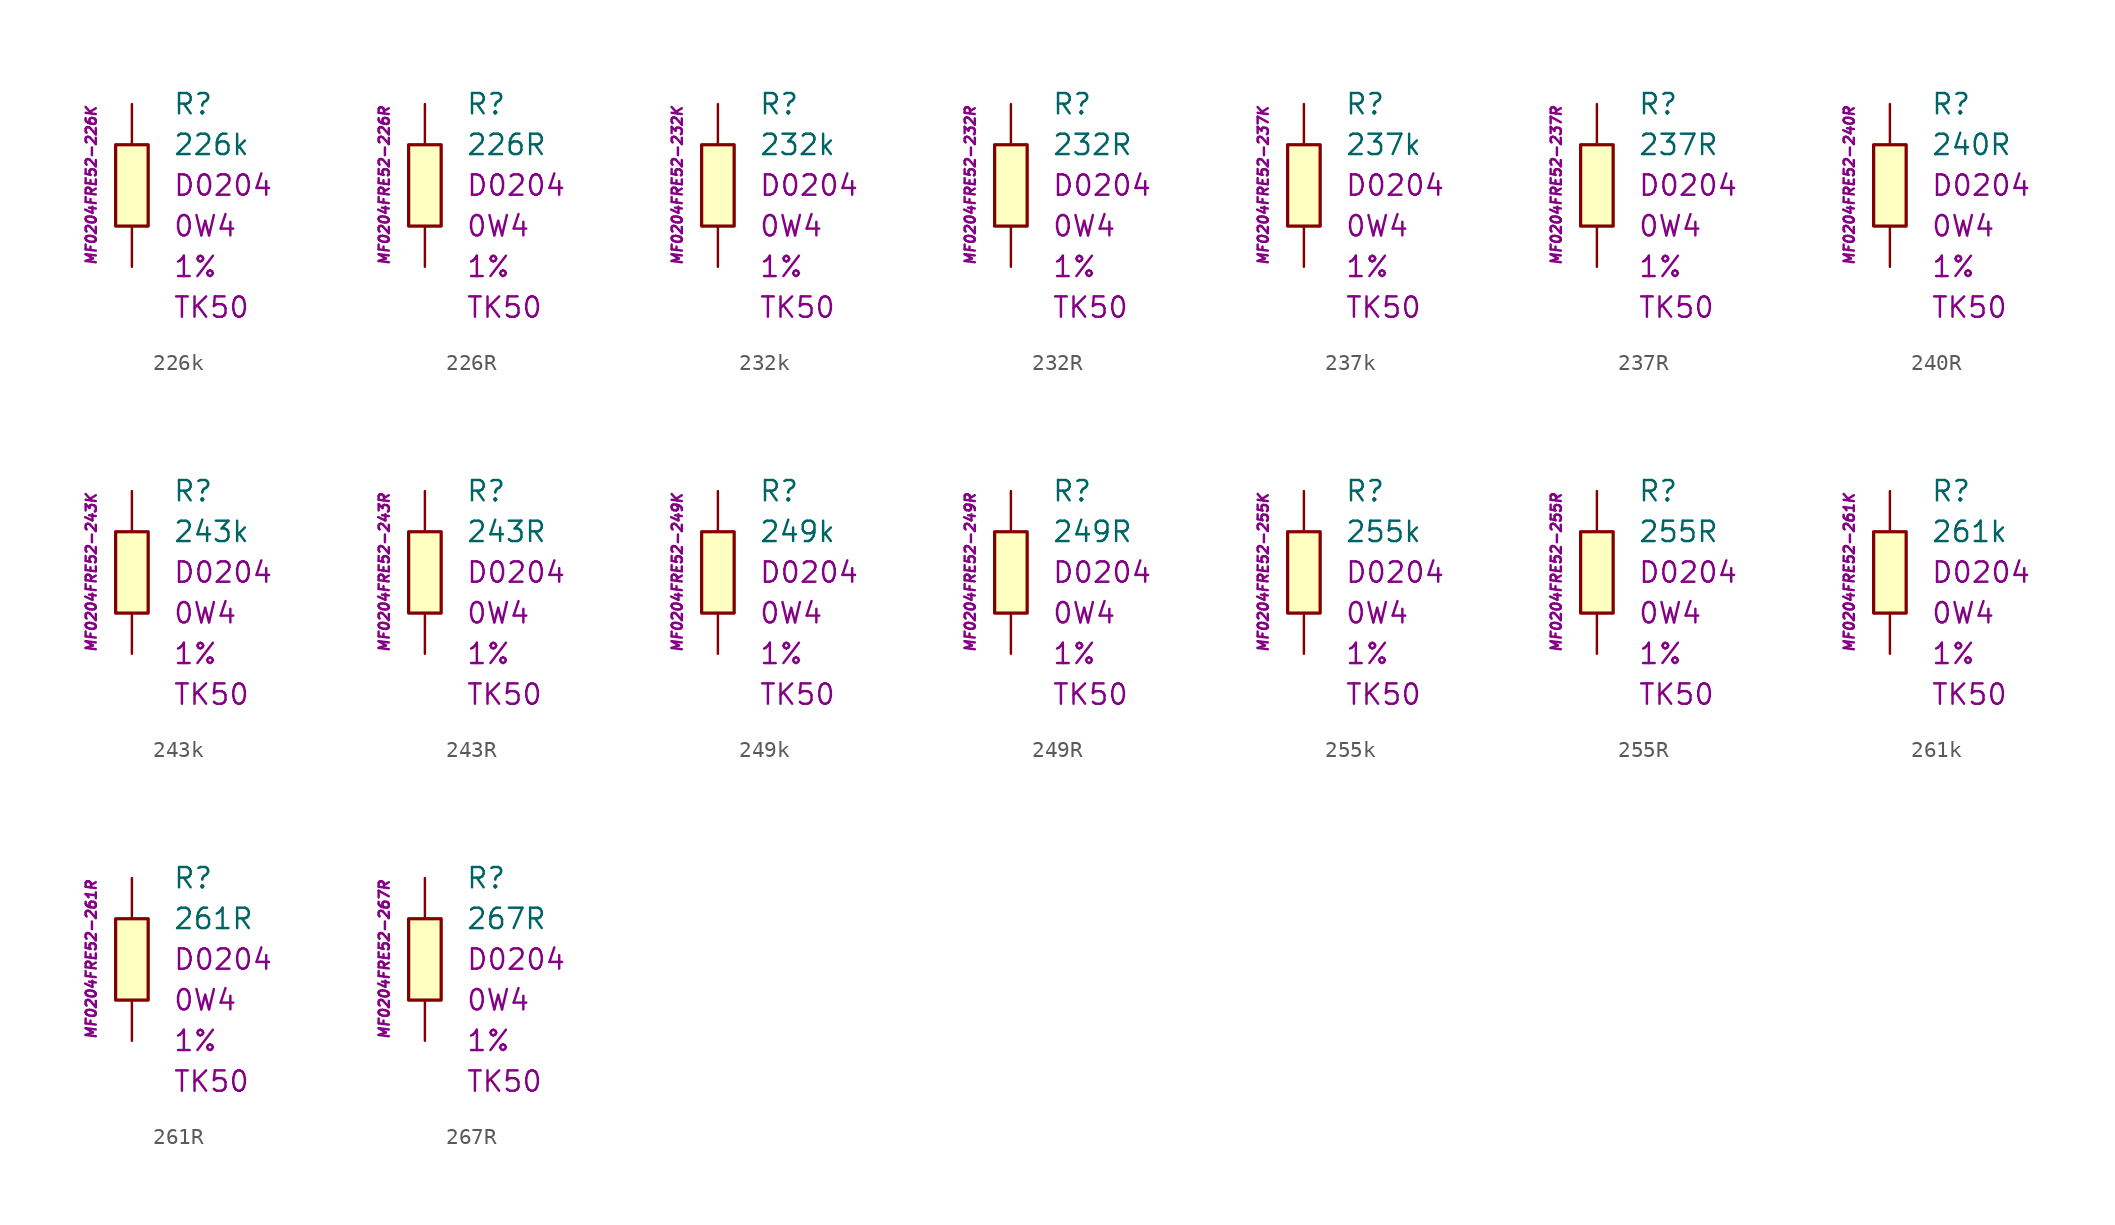
<source format=kicad_sym>
(kicad_symbol_lib
  (version 20201005)
  (generator kicad_symbol_editor)
  (symbol "226k"
    (pin_numbers hide)
    (pin_names
      (offset 1.016) hide)
    (property "Reference" "R"
      (at 2.54 5.08 0)
      (effects (font (size 1.27 1.27)) (justify left)))
    (property "Value" "226k"
      (at 2.54 2.54 0)
      (effects (font (size 1.27 1.27)) (justify left)))
    (property "Package" "D0204"
      (at 2.54 0 0)
      (effects (font (size 1.27 1.27)) (justify left)))
    (property "Power" "0W4"
      (at 2.54 -2.54 0)
      (effects (font (size 1.27 1.27)) (justify left)))
    (property "Tolerance" "1%"
      (at 2.54 -5.08 0)
      (effects (font (size 1.27 1.27)) (justify left)))
    (property "TK" "TK50"
      (at 2.54 -7.62 0)
      (effects (font (size 1.27 1.27)) (justify left)))
    (property "ID" "MF0204FRE52-226K"
      (at -2.54 0 90)
      (effects (font (size 0.635 0.635) italic)))
    (symbol "226k_0_1"
      (rectangle (start -1.016 2.54) (end 1.016 -2.54) (stroke (width 0.203)) (fill (type background))))
    (symbol "226k_1_1"
      (pin passive line (at 0 5.08 270) (length 2.54) (name "~" (effects (font (size 1.778 1.778)))) (number "1" (effects (font (size 1.778 1.778)))))
      (pin passive line (at 0 -5.08 90) (length 2.54) (name "~" (effects (font (size 1.778 1.778)))) (number "2" (effects (font (size 1.778 1.778)))))))
  (symbol "226R"
    (pin_numbers hide)
    (pin_names
      (offset 1.016) hide)
    (property "Reference" "R"
      (at 2.54 5.08 0)
      (effects (font (size 1.27 1.27)) (justify left)))
    (property "Value" "226R"
      (at 2.54 2.54 0)
      (effects (font (size 1.27 1.27)) (justify left)))
    (property "Package" "D0204"
      (at 2.54 0 0)
      (effects (font (size 1.27 1.27)) (justify left)))
    (property "Power" "0W4"
      (at 2.54 -2.54 0)
      (effects (font (size 1.27 1.27)) (justify left)))
    (property "Tolerance" "1%"
      (at 2.54 -5.08 0)
      (effects (font (size 1.27 1.27)) (justify left)))
    (property "TK" "TK50"
      (at 2.54 -7.62 0)
      (effects (font (size 1.27 1.27)) (justify left)))
    (property "ID" "MF0204FRE52-226R"
      (at -2.54 0 90)
      (effects (font (size 0.635 0.635) italic)))
    (symbol "226R_0_1"
      (rectangle (start -1.016 2.54) (end 1.016 -2.54) (stroke (width 0.203)) (fill (type background))))
    (symbol "226R_1_1"
      (pin passive line (at 0 5.08 270) (length 2.54) (name "~" (effects (font (size 1.778 1.778)))) (number "1" (effects (font (size 1.778 1.778)))))
      (pin passive line (at 0 -5.08 90) (length 2.54) (name "~" (effects (font (size 1.778 1.778)))) (number "2" (effects (font (size 1.778 1.778)))))))
  (symbol "232k"
    (pin_numbers hide)
    (pin_names
      (offset 1.016) hide)
    (property "Reference" "R"
      (at 2.54 5.08 0)
      (effects (font (size 1.27 1.27)) (justify left)))
    (property "Value" "232k"
      (at 2.54 2.54 0)
      (effects (font (size 1.27 1.27)) (justify left)))
    (property "Package" "D0204"
      (at 2.54 0 0)
      (effects (font (size 1.27 1.27)) (justify left)))
    (property "Power" "0W4"
      (at 2.54 -2.54 0)
      (effects (font (size 1.27 1.27)) (justify left)))
    (property "Tolerance" "1%"
      (at 2.54 -5.08 0)
      (effects (font (size 1.27 1.27)) (justify left)))
    (property "TK" "TK50"
      (at 2.54 -7.62 0)
      (effects (font (size 1.27 1.27)) (justify left)))
    (property "ID" "MF0204FRE52-232K"
      (at -2.54 0 90)
      (effects (font (size 0.635 0.635) italic)))
    (symbol "232k_0_1"
      (rectangle (start -1.016 2.54) (end 1.016 -2.54) (stroke (width 0.203)) (fill (type background))))
    (symbol "232k_1_1"
      (pin passive line (at 0 5.08 270) (length 2.54) (name "~" (effects (font (size 1.778 1.778)))) (number "1" (effects (font (size 1.778 1.778)))))
      (pin passive line (at 0 -5.08 90) (length 2.54) (name "~" (effects (font (size 1.778 1.778)))) (number "2" (effects (font (size 1.778 1.778)))))))
  (symbol "232R"
    (pin_numbers hide)
    (pin_names
      (offset 1.016) hide)
    (property "Reference" "R"
      (at 2.54 5.08 0)
      (effects (font (size 1.27 1.27)) (justify left)))
    (property "Value" "232R"
      (at 2.54 2.54 0)
      (effects (font (size 1.27 1.27)) (justify left)))
    (property "Package" "D0204"
      (at 2.54 0 0)
      (effects (font (size 1.27 1.27)) (justify left)))
    (property "Power" "0W4"
      (at 2.54 -2.54 0)
      (effects (font (size 1.27 1.27)) (justify left)))
    (property "Tolerance" "1%"
      (at 2.54 -5.08 0)
      (effects (font (size 1.27 1.27)) (justify left)))
    (property "TK" "TK50"
      (at 2.54 -7.62 0)
      (effects (font (size 1.27 1.27)) (justify left)))
    (property "ID" "MF0204FRE52-232R"
      (at -2.54 0 90)
      (effects (font (size 0.635 0.635) italic)))
    (symbol "232R_0_1"
      (rectangle (start -1.016 2.54) (end 1.016 -2.54) (stroke (width 0.203)) (fill (type background))))
    (symbol "232R_1_1"
      (pin passive line (at 0 5.08 270) (length 2.54) (name "~" (effects (font (size 1.778 1.778)))) (number "1" (effects (font (size 1.778 1.778)))))
      (pin passive line (at 0 -5.08 90) (length 2.54) (name "~" (effects (font (size 1.778 1.778)))) (number "2" (effects (font (size 1.778 1.778)))))))
  (symbol "237k"
    (pin_numbers hide)
    (pin_names
      (offset 1.016) hide)
    (property "Reference" "R"
      (at 2.54 5.08 0)
      (effects (font (size 1.27 1.27)) (justify left)))
    (property "Value" "237k"
      (at 2.54 2.54 0)
      (effects (font (size 1.27 1.27)) (justify left)))
    (property "Package" "D0204"
      (at 2.54 0 0)
      (effects (font (size 1.27 1.27)) (justify left)))
    (property "Power" "0W4"
      (at 2.54 -2.54 0)
      (effects (font (size 1.27 1.27)) (justify left)))
    (property "Tolerance" "1%"
      (at 2.54 -5.08 0)
      (effects (font (size 1.27 1.27)) (justify left)))
    (property "TK" "TK50"
      (at 2.54 -7.62 0)
      (effects (font (size 1.27 1.27)) (justify left)))
    (property "ID" "MF0204FRE52-237K"
      (at -2.54 0 90)
      (effects (font (size 0.635 0.635) italic)))
    (symbol "237k_0_1"
      (rectangle (start -1.016 2.54) (end 1.016 -2.54) (stroke (width 0.203)) (fill (type background))))
    (symbol "237k_1_1"
      (pin passive line (at 0 5.08 270) (length 2.54) (name "~" (effects (font (size 1.778 1.778)))) (number "1" (effects (font (size 1.778 1.778)))))
      (pin passive line (at 0 -5.08 90) (length 2.54) (name "~" (effects (font (size 1.778 1.778)))) (number "2" (effects (font (size 1.778 1.778)))))))
  (symbol "237R"
    (pin_numbers hide)
    (pin_names
      (offset 1.016) hide)
    (property "Reference" "R"
      (at 2.54 5.08 0)
      (effects (font (size 1.27 1.27)) (justify left)))
    (property "Value" "237R"
      (at 2.54 2.54 0)
      (effects (font (size 1.27 1.27)) (justify left)))
    (property "Package" "D0204"
      (at 2.54 0 0)
      (effects (font (size 1.27 1.27)) (justify left)))
    (property "Power" "0W4"
      (at 2.54 -2.54 0)
      (effects (font (size 1.27 1.27)) (justify left)))
    (property "Tolerance" "1%"
      (at 2.54 -5.08 0)
      (effects (font (size 1.27 1.27)) (justify left)))
    (property "TK" "TK50"
      (at 2.54 -7.62 0)
      (effects (font (size 1.27 1.27)) (justify left)))
    (property "ID" "MF0204FRE52-237R"
      (at -2.54 0 90)
      (effects (font (size 0.635 0.635) italic)))
    (symbol "237R_0_1"
      (rectangle (start -1.016 2.54) (end 1.016 -2.54) (stroke (width 0.203)) (fill (type background))))
    (symbol "237R_1_1"
      (pin passive line (at 0 5.08 270) (length 2.54) (name "~" (effects (font (size 1.778 1.778)))) (number "1" (effects (font (size 1.778 1.778)))))
      (pin passive line (at 0 -5.08 90) (length 2.54) (name "~" (effects (font (size 1.778 1.778)))) (number "2" (effects (font (size 1.778 1.778)))))))
  (symbol "240R"
    (pin_numbers hide)
    (pin_names
      (offset 1.016) hide)
    (property "Reference" "R"
      (at 2.54 5.08 0)
      (effects (font (size 1.27 1.27)) (justify left)))
    (property "Value" "240R"
      (at 2.54 2.54 0)
      (effects (font (size 1.27 1.27)) (justify left)))
    (property "Package" "D0204"
      (at 2.54 0 0)
      (effects (font (size 1.27 1.27)) (justify left)))
    (property "Power" "0W4"
      (at 2.54 -2.54 0)
      (effects (font (size 1.27 1.27)) (justify left)))
    (property "Tolerance" "1%"
      (at 2.54 -5.08 0)
      (effects (font (size 1.27 1.27)) (justify left)))
    (property "TK" "TK50"
      (at 2.54 -7.62 0)
      (effects (font (size 1.27 1.27)) (justify left)))
    (property "ID" "MF0204FRE52-240R"
      (at -2.54 0 90)
      (effects (font (size 0.635 0.635) italic)))
    (symbol "240R_0_1"
      (rectangle (start -1.016 2.54) (end 1.016 -2.54) (stroke (width 0.203)) (fill (type background))))
    (symbol "240R_1_1"
      (pin passive line (at 0 5.08 270) (length 2.54) (name "~" (effects (font (size 1.778 1.778)))) (number "1" (effects (font (size 1.778 1.778)))))
      (pin passive line (at 0 -5.08 90) (length 2.54) (name "~" (effects (font (size 1.778 1.778)))) (number "2" (effects (font (size 1.778 1.778)))))))
  (symbol "243k"
    (pin_numbers hide)
    (pin_names
      (offset 1.016) hide)
    (property "Reference" "R"
      (at 2.54 5.08 0)
      (effects (font (size 1.27 1.27)) (justify left)))
    (property "Value" "243k"
      (at 2.54 2.54 0)
      (effects (font (size 1.27 1.27)) (justify left)))
    (property "Package" "D0204"
      (at 2.54 0 0)
      (effects (font (size 1.27 1.27)) (justify left)))
    (property "Power" "0W4"
      (at 2.54 -2.54 0)
      (effects (font (size 1.27 1.27)) (justify left)))
    (property "Tolerance" "1%"
      (at 2.54 -5.08 0)
      (effects (font (size 1.27 1.27)) (justify left)))
    (property "TK" "TK50"
      (at 2.54 -7.62 0)
      (effects (font (size 1.27 1.27)) (justify left)))
    (property "ID" "MF0204FRE52-243K"
      (at -2.54 0 90)
      (effects (font (size 0.635 0.635) italic)))
    (symbol "243k_0_1"
      (rectangle (start -1.016 2.54) (end 1.016 -2.54) (stroke (width 0.203)) (fill (type background))))
    (symbol "243k_1_1"
      (pin passive line (at 0 5.08 270) (length 2.54) (name "~" (effects (font (size 1.778 1.778)))) (number "1" (effects (font (size 1.778 1.778)))))
      (pin passive line (at 0 -5.08 90) (length 2.54) (name "~" (effects (font (size 1.778 1.778)))) (number "2" (effects (font (size 1.778 1.778)))))))
  (symbol "243R"
    (pin_numbers hide)
    (pin_names
      (offset 1.016) hide)
    (property "Reference" "R"
      (at 2.54 5.08 0)
      (effects (font (size 1.27 1.27)) (justify left)))
    (property "Value" "243R"
      (at 2.54 2.54 0)
      (effects (font (size 1.27 1.27)) (justify left)))
    (property "Package" "D0204"
      (at 2.54 0 0)
      (effects (font (size 1.27 1.27)) (justify left)))
    (property "Power" "0W4"
      (at 2.54 -2.54 0)
      (effects (font (size 1.27 1.27)) (justify left)))
    (property "Tolerance" "1%"
      (at 2.54 -5.08 0)
      (effects (font (size 1.27 1.27)) (justify left)))
    (property "TK" "TK50"
      (at 2.54 -7.62 0)
      (effects (font (size 1.27 1.27)) (justify left)))
    (property "ID" "MF0204FRE52-243R"
      (at -2.54 0 90)
      (effects (font (size 0.635 0.635) italic)))
    (symbol "243R_0_1"
      (rectangle (start -1.016 2.54) (end 1.016 -2.54) (stroke (width 0.203)) (fill (type background))))
    (symbol "243R_1_1"
      (pin passive line (at 0 5.08 270) (length 2.54) (name "~" (effects (font (size 1.778 1.778)))) (number "1" (effects (font (size 1.778 1.778)))))
      (pin passive line (at 0 -5.08 90) (length 2.54) (name "~" (effects (font (size 1.778 1.778)))) (number "2" (effects (font (size 1.778 1.778)))))))
  (symbol "249k"
    (pin_numbers hide)
    (pin_names
      (offset 1.016) hide)
    (property "Reference" "R"
      (at 2.54 5.08 0)
      (effects (font (size 1.27 1.27)) (justify left)))
    (property "Value" "249k"
      (at 2.54 2.54 0)
      (effects (font (size 1.27 1.27)) (justify left)))
    (property "Package" "D0204"
      (at 2.54 0 0)
      (effects (font (size 1.27 1.27)) (justify left)))
    (property "Power" "0W4"
      (at 2.54 -2.54 0)
      (effects (font (size 1.27 1.27)) (justify left)))
    (property "Tolerance" "1%"
      (at 2.54 -5.08 0)
      (effects (font (size 1.27 1.27)) (justify left)))
    (property "TK" "TK50"
      (at 2.54 -7.62 0)
      (effects (font (size 1.27 1.27)) (justify left)))
    (property "ID" "MF0204FRE52-249K"
      (at -2.54 0 90)
      (effects (font (size 0.635 0.635) italic)))
    (symbol "249k_0_1"
      (rectangle (start -1.016 2.54) (end 1.016 -2.54) (stroke (width 0.203)) (fill (type background))))
    (symbol "249k_1_1"
      (pin passive line (at 0 5.08 270) (length 2.54) (name "~" (effects (font (size 1.778 1.778)))) (number "1" (effects (font (size 1.778 1.778)))))
      (pin passive line (at 0 -5.08 90) (length 2.54) (name "~" (effects (font (size 1.778 1.778)))) (number "2" (effects (font (size 1.778 1.778)))))))
  (symbol "249R"
    (pin_numbers hide)
    (pin_names
      (offset 1.016) hide)
    (property "Reference" "R"
      (at 2.54 5.08 0)
      (effects (font (size 1.27 1.27)) (justify left)))
    (property "Value" "249R"
      (at 2.54 2.54 0)
      (effects (font (size 1.27 1.27)) (justify left)))
    (property "Package" "D0204"
      (at 2.54 0 0)
      (effects (font (size 1.27 1.27)) (justify left)))
    (property "Power" "0W4"
      (at 2.54 -2.54 0)
      (effects (font (size 1.27 1.27)) (justify left)))
    (property "Tolerance" "1%"
      (at 2.54 -5.08 0)
      (effects (font (size 1.27 1.27)) (justify left)))
    (property "TK" "TK50"
      (at 2.54 -7.62 0)
      (effects (font (size 1.27 1.27)) (justify left)))
    (property "ID" "MF0204FRE52-249R"
      (at -2.54 0 90)
      (effects (font (size 0.635 0.635) italic)))
    (symbol "249R_0_1"
      (rectangle (start -1.016 2.54) (end 1.016 -2.54) (stroke (width 0.203)) (fill (type background))))
    (symbol "249R_1_1"
      (pin passive line (at 0 5.08 270) (length 2.54) (name "~" (effects (font (size 1.778 1.778)))) (number "1" (effects (font (size 1.778 1.778)))))
      (pin passive line (at 0 -5.08 90) (length 2.54) (name "~" (effects (font (size 1.778 1.778)))) (number "2" (effects (font (size 1.778 1.778)))))))
  (symbol "255k"
    (pin_numbers hide)
    (pin_names
      (offset 1.016) hide)
    (property "Reference" "R"
      (at 2.54 5.08 0)
      (effects (font (size 1.27 1.27)) (justify left)))
    (property "Value" "255k"
      (at 2.54 2.54 0)
      (effects (font (size 1.27 1.27)) (justify left)))
    (property "Package" "D0204"
      (at 2.54 0 0)
      (effects (font (size 1.27 1.27)) (justify left)))
    (property "Power" "0W4"
      (at 2.54 -2.54 0)
      (effects (font (size 1.27 1.27)) (justify left)))
    (property "Tolerance" "1%"
      (at 2.54 -5.08 0)
      (effects (font (size 1.27 1.27)) (justify left)))
    (property "TK" "TK50"
      (at 2.54 -7.62 0)
      (effects (font (size 1.27 1.27)) (justify left)))
    (property "ID" "MF0204FRE52-255K"
      (at -2.54 0 90)
      (effects (font (size 0.635 0.635) italic)))
    (symbol "255k_0_1"
      (rectangle (start -1.016 2.54) (end 1.016 -2.54) (stroke (width 0.203)) (fill (type background))))
    (symbol "255k_1_1"
      (pin passive line (at 0 5.08 270) (length 2.54) (name "~" (effects (font (size 1.778 1.778)))) (number "1" (effects (font (size 1.778 1.778)))))
      (pin passive line (at 0 -5.08 90) (length 2.54) (name "~" (effects (font (size 1.778 1.778)))) (number "2" (effects (font (size 1.778 1.778)))))))
  (symbol "255R"
    (pin_numbers hide)
    (pin_names
      (offset 1.016) hide)
    (property "Reference" "R"
      (at 2.54 5.08 0)
      (effects (font (size 1.27 1.27)) (justify left)))
    (property "Value" "255R"
      (at 2.54 2.54 0)
      (effects (font (size 1.27 1.27)) (justify left)))
    (property "Package" "D0204"
      (at 2.54 0 0)
      (effects (font (size 1.27 1.27)) (justify left)))
    (property "Power" "0W4"
      (at 2.54 -2.54 0)
      (effects (font (size 1.27 1.27)) (justify left)))
    (property "Tolerance" "1%"
      (at 2.54 -5.08 0)
      (effects (font (size 1.27 1.27)) (justify left)))
    (property "TK" "TK50"
      (at 2.54 -7.62 0)
      (effects (font (size 1.27 1.27)) (justify left)))
    (property "ID" "MF0204FRE52-255R"
      (at -2.54 0 90)
      (effects (font (size 0.635 0.635) italic)))
    (symbol "255R_0_1"
      (rectangle (start -1.016 2.54) (end 1.016 -2.54) (stroke (width 0.203)) (fill (type background))))
    (symbol "255R_1_1"
      (pin passive line (at 0 5.08 270) (length 2.54) (name "~" (effects (font (size 1.778 1.778)))) (number "1" (effects (font (size 1.778 1.778)))))
      (pin passive line (at 0 -5.08 90) (length 2.54) (name "~" (effects (font (size 1.778 1.778)))) (number "2" (effects (font (size 1.778 1.778)))))))
  (symbol "261k"
    (pin_numbers hide)
    (pin_names
      (offset 1.016) hide)
    (property "Reference" "R"
      (at 2.54 5.08 0)
      (effects (font (size 1.27 1.27)) (justify left)))
    (property "Value" "261k"
      (at 2.54 2.54 0)
      (effects (font (size 1.27 1.27)) (justify left)))
    (property "Package" "D0204"
      (at 2.54 0 0)
      (effects (font (size 1.27 1.27)) (justify left)))
    (property "Power" "0W4"
      (at 2.54 -2.54 0)
      (effects (font (size 1.27 1.27)) (justify left)))
    (property "Tolerance" "1%"
      (at 2.54 -5.08 0)
      (effects (font (size 1.27 1.27)) (justify left)))
    (property "TK" "TK50"
      (at 2.54 -7.62 0)
      (effects (font (size 1.27 1.27)) (justify left)))
    (property "ID" "MF0204FRE52-261K"
      (at -2.54 0 90)
      (effects (font (size 0.635 0.635) italic)))
    (symbol "261k_0_1"
      (rectangle (start -1.016 2.54) (end 1.016 -2.54) (stroke (width 0.203)) (fill (type background))))
    (symbol "261k_1_1"
      (pin passive line (at 0 5.08 270) (length 2.54) (name "~" (effects (font (size 1.778 1.778)))) (number "1" (effects (font (size 1.778 1.778)))))
      (pin passive line (at 0 -5.08 90) (length 2.54) (name "~" (effects (font (size 1.778 1.778)))) (number "2" (effects (font (size 1.778 1.778)))))))
  (symbol "261R"
    (pin_numbers hide)
    (pin_names
      (offset 1.016) hide)
    (property "Reference" "R"
      (at 2.54 5.08 0)
      (effects (font (size 1.27 1.27)) (justify left)))
    (property "Value" "261R"
      (at 2.54 2.54 0)
      (effects (font (size 1.27 1.27)) (justify left)))
    (property "Package" "D0204"
      (at 2.54 0 0)
      (effects (font (size 1.27 1.27)) (justify left)))
    (property "Power" "0W4"
      (at 2.54 -2.54 0)
      (effects (font (size 1.27 1.27)) (justify left)))
    (property "Tolerance" "1%"
      (at 2.54 -5.08 0)
      (effects (font (size 1.27 1.27)) (justify left)))
    (property "TK" "TK50"
      (at 2.54 -7.62 0)
      (effects (font (size 1.27 1.27)) (justify left)))
    (property "ID" "MF0204FRE52-261R"
      (at -2.54 0 90)
      (effects (font (size 0.635 0.635) italic)))
    (symbol "261R_0_1"
      (rectangle (start -1.016 2.54) (end 1.016 -2.54) (stroke (width 0.203)) (fill (type background))))
    (symbol "261R_1_1"
      (pin passive line (at 0 5.08 270) (length 2.54) (name "~" (effects (font (size 1.778 1.778)))) (number "1" (effects (font (size 1.778 1.778)))))
      (pin passive line (at 0 -5.08 90) (length 2.54) (name "~" (effects (font (size 1.778 1.778)))) (number "2" (effects (font (size 1.778 1.778)))))))
  (symbol "267R"
    (pin_numbers hide)
    (pin_names
      (offset 1.016) hide)
    (property "Reference" "R"
      (at 2.54 5.08 0)
      (effects (font (size 1.27 1.27)) (justify left)))
    (property "Value" "267R"
      (at 2.54 2.54 0)
      (effects (font (size 1.27 1.27)) (justify left)))
    (property "Package" "D0204"
      (at 2.54 0 0)
      (effects (font (size 1.27 1.27)) (justify left)))
    (property "Power" "0W4"
      (at 2.54 -2.54 0)
      (effects (font (size 1.27 1.27)) (justify left)))
    (property "Tolerance" "1%"
      (at 2.54 -5.08 0)
      (effects (font (size 1.27 1.27)) (justify left)))
    (property "TK" "TK50"
      (at 2.54 -7.62 0)
      (effects (font (size 1.27 1.27)) (justify left)))
    (property "ID" "MF0204FRE52-267R"
      (at -2.54 0 90)
      (effects (font (size 0.635 0.635) italic)))
    (symbol "267R_0_1"
      (rectangle (start -1.016 2.54) (end 1.016 -2.54) (stroke (width 0.203)) (fill (type background))))
    (symbol "267R_1_1"
      (pin passive line (at 0 5.08 270) (length 2.54) (name "~" (effects (font (size 1.778 1.778)))) (number "1" (effects (font (size 1.778 1.778)))))
      (pin passive line (at 0 -5.08 90) (length 2.54) (name "~" (effects (font (size 1.778 1.778)))) (number "2" (effects (font (size 1.778 1.778))))))))
</source>
